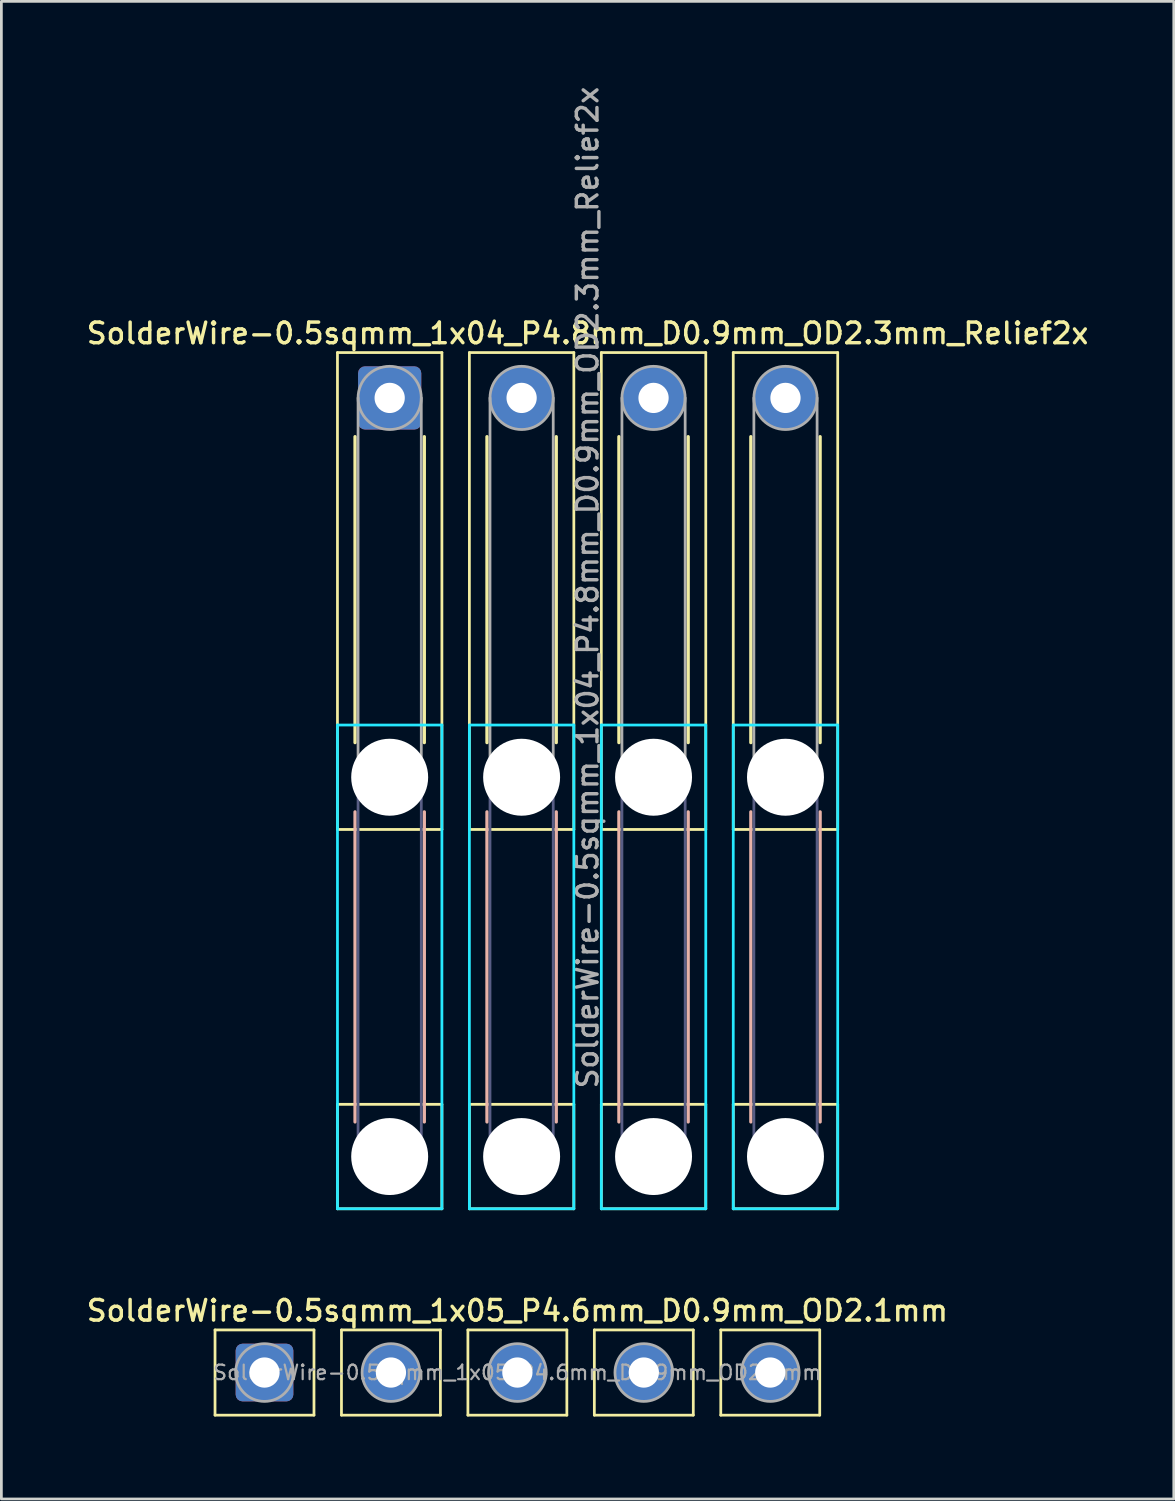
<source format=kicad_pcb>
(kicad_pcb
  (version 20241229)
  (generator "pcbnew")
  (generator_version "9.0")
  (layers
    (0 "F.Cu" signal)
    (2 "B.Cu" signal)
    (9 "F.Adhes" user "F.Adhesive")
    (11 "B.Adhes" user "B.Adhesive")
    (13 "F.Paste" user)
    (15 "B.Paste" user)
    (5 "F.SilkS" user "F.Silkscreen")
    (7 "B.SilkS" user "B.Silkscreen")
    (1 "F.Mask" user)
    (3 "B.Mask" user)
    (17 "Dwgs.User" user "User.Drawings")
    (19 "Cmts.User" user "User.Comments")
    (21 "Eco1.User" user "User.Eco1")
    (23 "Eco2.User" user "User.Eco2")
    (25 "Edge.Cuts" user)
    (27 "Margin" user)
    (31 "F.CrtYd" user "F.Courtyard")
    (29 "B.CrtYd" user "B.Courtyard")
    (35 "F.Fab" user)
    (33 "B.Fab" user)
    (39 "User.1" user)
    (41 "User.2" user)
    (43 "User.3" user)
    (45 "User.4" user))
  (footprint "SolderWire-0.5sqmm_1x05_P4.6mm_D0.9mm_OD2.1mm"
    (layer "F.Cu")
    (at 6.573 46.885)
    (property "Reference" "SolderWire-0.5sqmm_1x05_P4.6mm_D0.9mm_OD2.1mm" (at 9.2 -2.25 0) (layer "F.SilkS") (effects (font (size 0.75 0.75) (thickness 0.125))))
    (attr exclude_from_pos_files exclude_from_bom)
    (fp_line (start -1.8 -1.55) (end -1.8 1.55) (stroke (width 0.1) (type solid)) (layer "F.SilkS"))
    (fp_line (start -1.8 1.55) (end 1.8 1.55) (stroke (width 0.1) (type solid)) (layer "F.SilkS"))
    (fp_line (start 1.8 -1.55) (end -1.8 -1.55) (stroke (width 0.1) (type solid)) (layer "F.SilkS"))
    (fp_line (start 1.8 1.55) (end 1.8 -1.55) (stroke (width 0.1) (type solid)) (layer "F.SilkS"))
    (fp_line (start 2.8 -1.55) (end 2.8 1.55) (stroke (width 0.1) (type solid)) (layer "F.SilkS"))
    (fp_line (start 2.8 1.55) (end 6.4 1.55) (stroke (width 0.1) (type solid)) (layer "F.SilkS"))
    (fp_line (start 6.4 -1.55) (end 2.8 -1.55) (stroke (width 0.1) (type solid)) (layer "F.SilkS"))
    (fp_line (start 6.4 1.55) (end 6.4 -1.55) (stroke (width 0.1) (type solid)) (layer "F.SilkS"))
    (fp_line (start 7.4 -1.55) (end 7.4 1.55) (stroke (width 0.1) (type solid)) (layer "F.SilkS"))
    (fp_line (start 7.4 1.55) (end 11 1.55) (stroke (width 0.1) (type solid)) (layer "F.SilkS"))
    (fp_line (start 11 -1.55) (end 7.4 -1.55) (stroke (width 0.1) (type solid)) (layer "F.SilkS"))
    (fp_line (start 11 1.55) (end 11 -1.55) (stroke (width 0.1) (type solid)) (layer "F.SilkS"))
    (fp_line (start 12 -1.55) (end 12 1.55) (stroke (width 0.1) (type solid)) (layer "F.SilkS"))
    (fp_line (start 12 1.55) (end 15.6 1.55) (stroke (width 0.1) (type solid)) (layer "F.SilkS"))
    (fp_line (start 15.6 -1.55) (end 12 -1.55) (stroke (width 0.1) (type solid)) (layer "F.SilkS"))
    (fp_line (start 15.6 1.55) (end 15.6 -1.55) (stroke (width 0.1) (type solid)) (layer "F.SilkS"))
    (fp_line (start 16.6 -1.55) (end 16.6 1.55) (stroke (width 0.1) (type solid)) (layer "F.SilkS"))
    (fp_line (start 16.6 1.55) (end 20.2 1.55) (stroke (width 0.1) (type solid)) (layer "F.SilkS"))
    (fp_line (start 20.2 -1.55) (end 16.6 -1.55) (stroke (width 0.1) (type solid)) (layer "F.SilkS"))
    (fp_line (start 20.2 1.55) (end 20.2 -1.55) (stroke (width 0.1) (type solid)) (layer "F.SilkS"))
    (fp_circle (center 0 0) (end 1.05 0) (stroke (width 0.1) (type solid)) (fill no) (layer "F.Fab"))
    (fp_circle (center 4.6 0) (end 5.65 0) (stroke (width 0.1) (type solid)) (fill no) (layer "F.Fab"))
    (fp_circle (center 9.2 0) (end 10.25 0) (stroke (width 0.1) (type solid)) (fill no) (layer "F.Fab"))
    (fp_circle (center 13.8 0) (end 14.85 0) (stroke (width 0.1) (type solid)) (fill no) (layer "F.Fab"))
    (fp_circle (center 18.4 0) (end 19.45 0) (stroke (width 0.1) (type solid)) (fill no) (layer "F.Fab"))
    (fp_text user "${REFERENCE}" (at 9.2 0 0) (layer "F.Fab") (effects (font (size 0.53 0.53) (thickness 0.08))))
    (pad "1" thru_hole roundrect (at 0 0) (size 2.1 2.1) (drill 1.1) (layers "*.Cu" "*.Mask") (roundrect_rratio 0.119))
    (pad "2" thru_hole circle (at 4.6 0) (size 2.1 2.1) (drill 1.1) (layers "*.Cu" "*.Mask"))
    (pad "3" thru_hole circle (at 9.2 0) (size 2.1 2.1) (drill 1.1) (layers "*.Cu" "*.Mask"))
    (pad "4" thru_hole circle (at 13.8 0) (size 2.1 2.1) (drill 1.1) (layers "*.Cu" "*.Mask"))
    (pad "5" thru_hole circle (at 18.4 0) (size 2.1 2.1) (drill 1.1) (layers "*.Cu" "*.Mask")))
  (footprint "SolderWire-0.5sqmm_1x04_P4.8mm_D0.9mm_OD2.3mm_Relief2x"
    (layer "F.Cu")
    (at 11.127 11.427)
    (property "Reference" "SolderWire-0.5sqmm_1x04_P4.8mm_D0.9mm_OD2.3mm_Relief2x" (at 7.2 -2.35 0) (layer "F.SilkS") (effects (font (size 0.75 0.75) (thickness 0.125))))
    (attr exclude_from_pos_files exclude_from_bom)
    (fp_line (start -1.9 -1.65) (end -1.9 15.7) (stroke (width 0.1) (type solid)) (layer "F.SilkS"))
    (fp_line (start -1.9 15.7) (end 1.9 15.7) (stroke (width 0.1) (type solid)) (layer "F.SilkS"))
    (fp_line (start -1.9 25.7) (end -1.9 29.5) (stroke (width 0.1) (type solid)) (layer "F.SilkS"))
    (fp_line (start -1.9 29.5) (end 1.9 29.5) (stroke (width 0.1) (type solid)) (layer "F.SilkS"))
    (fp_line (start -1.26 1.41) (end -1.26 12.54) (stroke (width 0.12) (type solid)) (layer "F.SilkS"))
    (fp_line (start 1.26 1.41) (end 1.26 12.54) (stroke (width 0.12) (type solid)) (layer "F.SilkS"))
    (fp_line (start 1.9 -1.65) (end -1.9 -1.65) (stroke (width 0.1) (type solid)) (layer "F.SilkS"))
    (fp_line (start 1.9 15.7) (end 1.9 -1.65) (stroke (width 0.1) (type solid)) (layer "F.SilkS"))
    (fp_line (start 1.9 25.7) (end -1.9 25.7) (stroke (width 0.1) (type solid)) (layer "F.SilkS"))
    (fp_line (start 1.9 29.5) (end 1.9 25.7) (stroke (width 0.1) (type solid)) (layer "F.SilkS"))
    (fp_line (start 2.9 -1.65) (end 2.9 15.7) (stroke (width 0.1) (type solid)) (layer "F.SilkS"))
    (fp_line (start 2.9 15.7) (end 6.7 15.7) (stroke (width 0.1) (type solid)) (layer "F.SilkS"))
    (fp_line (start 2.9 25.7) (end 2.9 29.5) (stroke (width 0.1) (type solid)) (layer "F.SilkS"))
    (fp_line (start 2.9 29.5) (end 6.7 29.5) (stroke (width 0.1) (type solid)) (layer "F.SilkS"))
    (fp_line (start 3.54 1.41) (end 3.54 12.54) (stroke (width 0.12) (type solid)) (layer "F.SilkS"))
    (fp_line (start 6.06 1.41) (end 6.06 12.54) (stroke (width 0.12) (type solid)) (layer "F.SilkS"))
    (fp_line (start 6.7 -1.65) (end 2.9 -1.65) (stroke (width 0.1) (type solid)) (layer "F.SilkS"))
    (fp_line (start 6.7 15.7) (end 6.7 -1.65) (stroke (width 0.1) (type solid)) (layer "F.SilkS"))
    (fp_line (start 6.7 25.7) (end 2.9 25.7) (stroke (width 0.1) (type solid)) (layer "F.SilkS"))
    (fp_line (start 6.7 29.5) (end 6.7 25.7) (stroke (width 0.1) (type solid)) (layer "F.SilkS"))
    (fp_line (start 7.7 -1.65) (end 7.7 15.7) (stroke (width 0.1) (type solid)) (layer "F.SilkS"))
    (fp_line (start 7.7 15.7) (end 11.5 15.7) (stroke (width 0.1) (type solid)) (layer "F.SilkS"))
    (fp_line (start 7.7 25.7) (end 7.7 29.5) (stroke (width 0.1) (type solid)) (layer "F.SilkS"))
    (fp_line (start 7.7 29.5) (end 11.5 29.5) (stroke (width 0.1) (type solid)) (layer "F.SilkS"))
    (fp_line (start 8.34 1.41) (end 8.34 12.54) (stroke (width 0.12) (type solid)) (layer "F.SilkS"))
    (fp_line (start 10.86 1.41) (end 10.86 12.54) (stroke (width 0.12) (type solid)) (layer "F.SilkS"))
    (fp_line (start 11.5 -1.65) (end 7.7 -1.65) (stroke (width 0.1) (type solid)) (layer "F.SilkS"))
    (fp_line (start 11.5 15.7) (end 11.5 -1.65) (stroke (width 0.1) (type solid)) (layer "F.SilkS"))
    (fp_line (start 11.5 25.7) (end 7.7 25.7) (stroke (width 0.1) (type solid)) (layer "F.SilkS"))
    (fp_line (start 11.5 29.5) (end 11.5 25.7) (stroke (width 0.1) (type solid)) (layer "F.SilkS"))
    (fp_line (start 12.5 -1.65) (end 12.5 15.7) (stroke (width 0.1) (type solid)) (layer "F.SilkS"))
    (fp_line (start 12.5 15.7) (end 16.3 15.7) (stroke (width 0.1) (type solid)) (layer "F.SilkS"))
    (fp_line (start 12.5 25.7) (end 12.5 29.5) (stroke (width 0.1) (type solid)) (layer "F.SilkS"))
    (fp_line (start 12.5 29.5) (end 16.3 29.5) (stroke (width 0.1) (type solid)) (layer "F.SilkS"))
    (fp_line (start 13.14 1.41) (end 13.14 12.54) (stroke (width 0.12) (type solid)) (layer "F.SilkS"))
    (fp_line (start 15.66 1.41) (end 15.66 12.54) (stroke (width 0.12) (type solid)) (layer "F.SilkS"))
    (fp_line (start 16.3 -1.65) (end 12.5 -1.65) (stroke (width 0.1) (type solid)) (layer "F.SilkS"))
    (fp_line (start 16.3 15.7) (end 16.3 -1.65) (stroke (width 0.1) (type solid)) (layer "F.SilkS"))
    (fp_line (start 16.3 25.7) (end 12.5 25.7) (stroke (width 0.1) (type solid)) (layer "F.SilkS"))
    (fp_line (start 16.3 29.5) (end 16.3 25.7) (stroke (width 0.1) (type solid)) (layer "F.SilkS"))
    (fp_line (start -1.26 15.06) (end -1.26 26.34) (stroke (width 0.12) (type solid)) (layer "B.SilkS"))
    (fp_line (start 1.26 15.06) (end 1.26 26.34) (stroke (width 0.12) (type solid)) (layer "B.SilkS"))
    (fp_line (start 3.54 15.06) (end 3.54 26.34) (stroke (width 0.12) (type solid)) (layer "B.SilkS"))
    (fp_line (start 6.06 15.06) (end 6.06 26.34) (stroke (width 0.12) (type solid)) (layer "B.SilkS"))
    (fp_line (start 8.34 15.06) (end 8.34 26.34) (stroke (width 0.12) (type solid)) (layer "B.SilkS"))
    (fp_line (start 10.86 15.06) (end 10.86 26.34) (stroke (width 0.12) (type solid)) (layer "B.SilkS"))
    (fp_line (start 13.14 15.06) (end 13.14 26.34) (stroke (width 0.12) (type solid)) (layer "B.SilkS"))
    (fp_line (start 15.66 15.06) (end 15.66 26.34) (stroke (width 0.12) (type solid)) (layer "B.SilkS"))
    (fp_line (start -1.9 11.9) (end -1.9 29.5) (stroke (width 0.1) (type solid)) (layer "B.CrtYd"))
    (fp_line (start -1.9 29.5) (end 1.9 29.5) (stroke (width 0.1) (type solid)) (layer "B.CrtYd"))
    (fp_line (start 1.9 11.9) (end -1.9 11.9) (stroke (width 0.1) (type solid)) (layer "B.CrtYd"))
    (fp_line (start 1.9 29.5) (end 1.9 11.9) (stroke (width 0.1) (type solid)) (layer "B.CrtYd"))
    (fp_line (start 2.9 11.9) (end 2.9 29.5) (stroke (width 0.1) (type solid)) (layer "B.CrtYd"))
    (fp_line (start 2.9 29.5) (end 6.7 29.5) (stroke (width 0.1) (type solid)) (layer "B.CrtYd"))
    (fp_line (start 6.7 11.9) (end 2.9 11.9) (stroke (width 0.1) (type solid)) (layer "B.CrtYd"))
    (fp_line (start 6.7 29.5) (end 6.7 11.9) (stroke (width 0.1) (type solid)) (layer "B.CrtYd"))
    (fp_line (start 7.7 11.9) (end 7.7 29.5) (stroke (width 0.1) (type solid)) (layer "B.CrtYd"))
    (fp_line (start 7.7 29.5) (end 11.5 29.5) (stroke (width 0.1) (type solid)) (layer "B.CrtYd"))
    (fp_line (start 11.5 11.9) (end 7.7 11.9) (stroke (width 0.1) (type solid)) (layer "B.CrtYd"))
    (fp_line (start 11.5 29.5) (end 11.5 11.9) (stroke (width 0.1) (type solid)) (layer "B.CrtYd"))
    (fp_line (start 12.5 11.9) (end 12.5 29.5) (stroke (width 0.1) (type solid)) (layer "B.CrtYd"))
    (fp_line (start 12.5 29.5) (end 16.3 29.5) (stroke (width 0.1) (type solid)) (layer "B.CrtYd"))
    (fp_line (start 16.3 11.9) (end 12.5 11.9) (stroke (width 0.1) (type solid)) (layer "B.CrtYd"))
    (fp_line (start 16.3 29.5) (end 16.3 11.9) (stroke (width 0.1) (type solid)) (layer "B.CrtYd"))
    (fp_line (start -1.15 13.8) (end -1.15 27.6) (stroke (width 0.1) (type solid)) (layer "B.Fab"))
    (fp_line (start 1.15 13.8) (end 1.15 27.6) (stroke (width 0.1) (type solid)) (layer "B.Fab"))
    (fp_line (start 3.65 13.8) (end 3.65 27.6) (stroke (width 0.1) (type solid)) (layer "B.Fab"))
    (fp_line (start 5.95 13.8) (end 5.95 27.6) (stroke (width 0.1) (type solid)) (layer "B.Fab"))
    (fp_line (start 8.45 13.8) (end 8.45 27.6) (stroke (width 0.1) (type solid)) (layer "B.Fab"))
    (fp_line (start 10.75 13.8) (end 10.75 27.6) (stroke (width 0.1) (type solid)) (layer "B.Fab"))
    (fp_line (start 13.25 13.8) (end 13.25 27.6) (stroke (width 0.1) (type solid)) (layer "B.Fab"))
    (fp_line (start 15.55 13.8) (end 15.55 27.6) (stroke (width 0.1) (type solid)) (layer "B.Fab"))
    (fp_circle (center 0 13.8) (end 1.15 13.8) (stroke (width 0.1) (type solid)) (fill no) (layer "B.Fab"))
    (fp_circle (center 0 27.6) (end 1.15 27.6) (stroke (width 0.1) (type solid)) (fill no) (layer "B.Fab"))
    (fp_circle (center 4.8 13.8) (end 5.95 13.8) (stroke (width 0.1) (type solid)) (fill no) (layer "B.Fab"))
    (fp_circle (center 4.8 27.6) (end 5.95 27.6) (stroke (width 0.1) (type solid)) (fill no) (layer "B.Fab"))
    (fp_circle (center 9.6 13.8) (end 10.75 13.8) (stroke (width 0.1) (type solid)) (fill no) (layer "B.Fab"))
    (fp_circle (center 9.6 27.6) (end 10.75 27.6) (stroke (width 0.1) (type solid)) (fill no) (layer "B.Fab"))
    (fp_circle (center 14.4 13.8) (end 15.55 13.8) (stroke (width 0.1) (type solid)) (fill no) (layer "B.Fab"))
    (fp_circle (center 14.4 27.6) (end 15.55 27.6) (stroke (width 0.1) (type solid)) (fill no) (layer "B.Fab"))
    (fp_line (start -1.15 0) (end -1.15 13.8) (stroke (width 0.1) (type solid)) (layer "F.Fab"))
    (fp_line (start 1.15 0) (end 1.15 13.8) (stroke (width 0.1) (type solid)) (layer "F.Fab"))
    (fp_line (start 3.65 0) (end 3.65 13.8) (stroke (width 0.1) (type solid)) (layer "F.Fab"))
    (fp_line (start 5.95 0) (end 5.95 13.8) (stroke (width 0.1) (type solid)) (layer "F.Fab"))
    (fp_line (start 8.45 0) (end 8.45 13.8) (stroke (width 0.1) (type solid)) (layer "F.Fab"))
    (fp_line (start 10.75 0) (end 10.75 13.8) (stroke (width 0.1) (type solid)) (layer "F.Fab"))
    (fp_line (start 13.25 0) (end 13.25 13.8) (stroke (width 0.1) (type solid)) (layer "F.Fab"))
    (fp_line (start 15.55 0) (end 15.55 13.8) (stroke (width 0.1) (type solid)) (layer "F.Fab"))
    (fp_circle (center 0 0) (end 1.15 0) (stroke (width 0.1) (type solid)) (fill no) (layer "F.Fab"))
    (fp_circle (center 0 13.8) (end 1.15 13.8) (stroke (width 0.1) (type solid)) (fill no) (layer "F.Fab"))
    (fp_circle (center 0 27.6) (end 1.15 27.6) (stroke (width 0.1) (type solid)) (fill no) (layer "F.Fab"))
    (fp_circle (center 4.8 0) (end 5.95 0) (stroke (width 0.1) (type solid)) (fill no) (layer "F.Fab"))
    (fp_circle (center 4.8 13.8) (end 5.95 13.8) (stroke (width 0.1) (type solid)) (fill no) (layer "F.Fab"))
    (fp_circle (center 4.8 27.6) (end 5.95 27.6) (stroke (width 0.1) (type solid)) (fill no) (layer "F.Fab"))
    (fp_circle (center 9.6 0) (end 10.75 0) (stroke (width 0.1) (type solid)) (fill no) (layer "F.Fab"))
    (fp_circle (center 9.6 13.8) (end 10.75 13.8) (stroke (width 0.1) (type solid)) (fill no) (layer "F.Fab"))
    (fp_circle (center 9.6 27.6) (end 10.75 27.6) (stroke (width 0.1) (type solid)) (fill no) (layer "F.Fab"))
    (fp_circle (center 14.4 0) (end 15.55 0) (stroke (width 0.1) (type solid)) (fill no) (layer "F.Fab"))
    (fp_circle (center 14.4 13.8) (end 15.55 13.8) (stroke (width 0.1) (type solid)) (fill no) (layer "F.Fab"))
    (fp_circle (center 14.4 27.6) (end 15.55 27.6) (stroke (width 0.1) (type solid)) (fill no) (layer "F.Fab"))
    (fp_text user "${REFERENCE}" (at 7.2 6.9 90) (layer "F.Fab") (effects (font (size 0.75 0.75) (thickness 0.125))))
    (pad "" np_thru_hole circle (at 0 13.8) (size 2.8 2.8) (drill 2.8) (layers "*.Cu" "*.Mask"))
    (pad "" np_thru_hole circle (at 0 27.6) (size 2.8 2.8) (drill 2.8) (layers "*.Cu" "*.Mask"))
    (pad "" np_thru_hole circle (at 4.8 13.8) (size 2.8 2.8) (drill 2.8) (layers "*.Cu" "*.Mask"))
    (pad "" np_thru_hole circle (at 4.8 27.6) (size 2.8 2.8) (drill 2.8) (layers "*.Cu" "*.Mask"))
    (pad "" np_thru_hole circle (at 9.6 13.8) (size 2.8 2.8) (drill 2.8) (layers "*.Cu" "*.Mask"))
    (pad "" np_thru_hole circle (at 9.6 27.6) (size 2.8 2.8) (drill 2.8) (layers "*.Cu" "*.Mask"))
    (pad "" np_thru_hole circle (at 14.4 13.8) (size 2.8 2.8) (drill 2.8) (layers "*.Cu" "*.Mask"))
    (pad "" np_thru_hole circle (at 14.4 27.6) (size 2.8 2.8) (drill 2.8) (layers "*.Cu" "*.Mask"))
    (pad "1" thru_hole roundrect (at 0 0) (size 2.3 2.3) (drill 1.1) (layers "*.Cu" "*.Mask") (roundrect_rratio 0.109))
    (pad "2" thru_hole circle (at 4.8 0) (size 2.3 2.3) (drill 1.1) (layers "*.Cu" "*.Mask"))
    (pad "3" thru_hole circle (at 9.6 0) (size 2.3 2.3) (drill 1.1) (layers "*.Cu" "*.Mask"))
    (pad "4" thru_hole circle (at 14.4 0) (size 2.3 2.3) (drill 1.1) (layers "*.Cu" "*.Mask")))
  (gr_rect
    (start -3 -3)
    (end 39.654 51.485)
    (stroke (width 0.1) (type default))
    (fill no)
    (layer "Edge.Cuts")))
</source>
